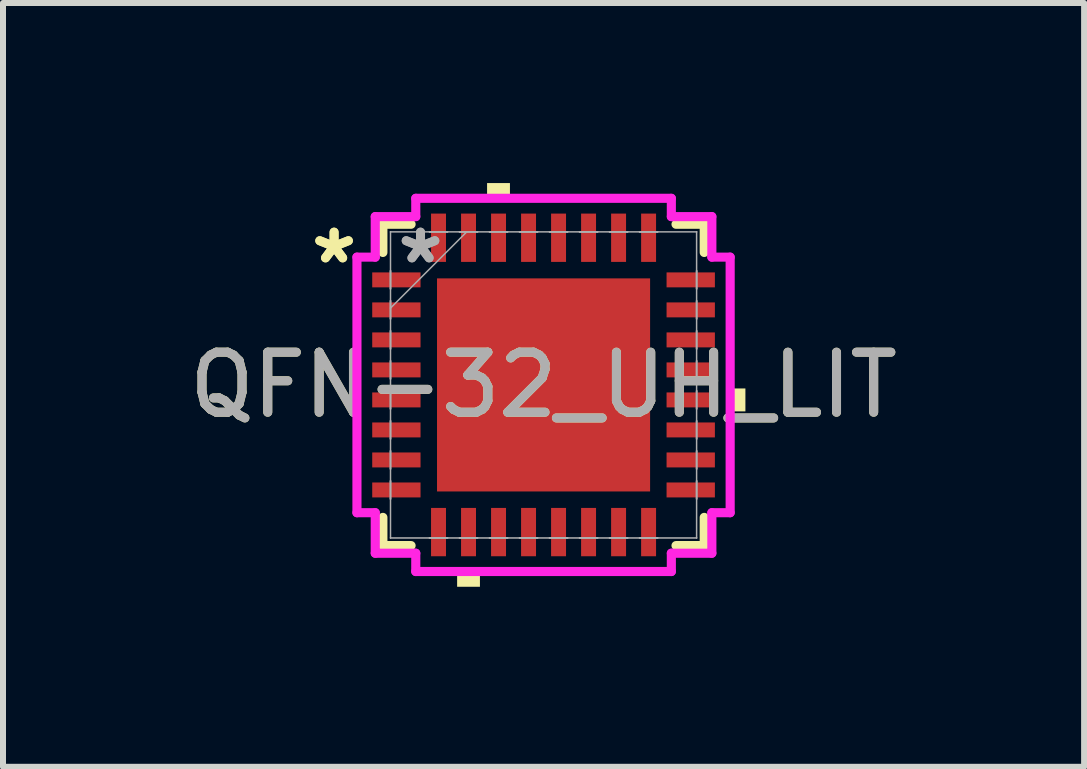
<source format=kicad_pcb>
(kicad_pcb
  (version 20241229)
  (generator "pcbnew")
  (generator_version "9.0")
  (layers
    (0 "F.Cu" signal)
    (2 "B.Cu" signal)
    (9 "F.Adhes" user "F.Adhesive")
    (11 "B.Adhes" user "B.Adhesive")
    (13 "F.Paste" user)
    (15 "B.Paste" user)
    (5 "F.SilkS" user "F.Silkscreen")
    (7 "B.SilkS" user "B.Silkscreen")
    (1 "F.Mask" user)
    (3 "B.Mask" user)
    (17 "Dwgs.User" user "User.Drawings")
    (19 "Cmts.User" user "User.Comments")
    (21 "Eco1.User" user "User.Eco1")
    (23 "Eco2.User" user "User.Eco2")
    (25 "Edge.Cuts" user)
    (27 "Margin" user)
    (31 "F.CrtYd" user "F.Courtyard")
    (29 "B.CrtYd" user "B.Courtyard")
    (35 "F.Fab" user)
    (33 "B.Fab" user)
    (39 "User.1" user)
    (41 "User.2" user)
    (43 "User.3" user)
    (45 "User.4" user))
  (footprint "QFN-32_UH_LIT"
    (layer "F.Cu")
    (at 6.006 3.363)
    (property "Reference" "QFN-32_UH_LIT" (at 0 0 0) (unlocked yes) (layer "F.SilkS") (effects (font (size 1 1) (thickness 0.15))))
    (attr smd)
    (fp_line (start -2.677 -2.677) (end -2.677 -2.207) (stroke (width 0.152) (type solid)) (layer "F.SilkS"))
    (fp_line (start -2.677 2.207) (end -2.677 2.677) (stroke (width 0.152) (type solid)) (layer "F.SilkS"))
    (fp_line (start -2.677 2.677) (end -2.207 2.677) (stroke (width 0.152) (type solid)) (layer "F.SilkS"))
    (fp_line (start -2.207 -2.677) (end -2.677 -2.677) (stroke (width 0.152) (type solid)) (layer "F.SilkS"))
    (fp_line (start 2.207 2.677) (end 2.677 2.677) (stroke (width 0.152) (type solid)) (layer "F.SilkS"))
    (fp_line (start 2.677 -2.677) (end 2.207 -2.677) (stroke (width 0.152) (type solid)) (layer "F.SilkS"))
    (fp_line (start 2.677 -2.207) (end 2.677 -2.677) (stroke (width 0.152) (type solid)) (layer "F.SilkS"))
    (fp_line (start 2.677 2.677) (end 2.677 2.207) (stroke (width 0.152) (type solid)) (layer "F.SilkS"))
    (fp_poly (pts (xy -1.44 3.109) (xy -1.44 3.363) (xy -1.06 3.363) (xy -1.06 3.109)) (stroke (width 0) (type solid)) (fill yes) (layer "F.SilkS"))
    (fp_poly (pts (xy -0.941 -3.109) (xy -0.941 -3.363) (xy -0.56 -3.363) (xy -0.56 -3.109)) (stroke (width 0) (type solid)) (fill yes) (layer "F.SilkS"))
    (fp_poly (pts (xy 3.363 0.059) (xy 3.363 0.441) (xy 3.109 0.441) (xy 3.109 0.059)) (stroke (width 0) (type solid)) (fill yes) (layer "F.SilkS"))
    (fp_poly (pts (xy -1.675 -1.675) (xy -1.675 -0.1) (xy -0.1 -0.1) (xy -0.1 -1.675)) (stroke (width 0) (type solid)) (fill yes) (layer "F.Paste"))
    (fp_poly (pts (xy -1.675 0.1) (xy -1.675 1.675) (xy -0.1 1.675) (xy -0.1 0.1)) (stroke (width 0) (type solid)) (fill yes) (layer "F.Paste"))
    (fp_poly (pts (xy 0.1 -1.675) (xy 0.1 -0.1) (xy 1.675 -0.1) (xy 1.675 -1.675)) (stroke (width 0) (type solid)) (fill yes) (layer "F.Paste"))
    (fp_poly (pts (xy 0.1 0.1) (xy 0.1 1.675) (xy 1.675 1.675) (xy 1.675 0.1)) (stroke (width 0) (type solid)) (fill yes) (layer "F.Paste"))
    (fp_line (start -3.109 -2.129) (end -2.804 -2.129) (stroke (width 0.152) (type solid)) (layer "F.CrtYd"))
    (fp_line (start -3.109 2.129) (end -3.109 -2.129) (stroke (width 0.152) (type solid)) (layer "F.CrtYd"))
    (fp_line (start -2.804 -2.804) (end -2.129 -2.804) (stroke (width 0.152) (type solid)) (layer "F.CrtYd"))
    (fp_line (start -2.804 -2.129) (end -2.804 -2.804) (stroke (width 0.152) (type solid)) (layer "F.CrtYd"))
    (fp_line (start -2.804 2.129) (end -3.109 2.129) (stroke (width 0.152) (type solid)) (layer "F.CrtYd"))
    (fp_line (start -2.804 2.804) (end -2.804 2.129) (stroke (width 0.152) (type solid)) (layer "F.CrtYd"))
    (fp_line (start -2.129 -3.109) (end 2.129 -3.109) (stroke (width 0.152) (type solid)) (layer "F.CrtYd"))
    (fp_line (start -2.129 -2.804) (end -2.129 -3.109) (stroke (width 0.152) (type solid)) (layer "F.CrtYd"))
    (fp_line (start -2.129 2.804) (end -2.804 2.804) (stroke (width 0.152) (type solid)) (layer "F.CrtYd"))
    (fp_line (start -2.129 3.109) (end -2.129 2.804) (stroke (width 0.152) (type solid)) (layer "F.CrtYd"))
    (fp_line (start 2.129 -3.109) (end 2.129 -2.804) (stroke (width 0.152) (type solid)) (layer "F.CrtYd"))
    (fp_line (start 2.129 -2.804) (end 2.804 -2.804) (stroke (width 0.152) (type solid)) (layer "F.CrtYd"))
    (fp_line (start 2.129 2.804) (end 2.129 3.109) (stroke (width 0.152) (type solid)) (layer "F.CrtYd"))
    (fp_line (start 2.129 3.109) (end -2.129 3.109) (stroke (width 0.152) (type solid)) (layer "F.CrtYd"))
    (fp_line (start 2.804 -2.804) (end 2.804 -2.129) (stroke (width 0.152) (type solid)) (layer "F.CrtYd"))
    (fp_line (start 2.804 -2.129) (end 3.109 -2.129) (stroke (width 0.152) (type solid)) (layer "F.CrtYd"))
    (fp_line (start 2.804 2.129) (end 2.804 2.804) (stroke (width 0.152) (type solid)) (layer "F.CrtYd"))
    (fp_line (start 2.804 2.804) (end 2.129 2.804) (stroke (width 0.152) (type solid)) (layer "F.CrtYd"))
    (fp_line (start 3.109 -2.129) (end 3.109 2.129) (stroke (width 0.152) (type solid)) (layer "F.CrtYd"))
    (fp_line (start 3.109 2.129) (end 2.804 2.129) (stroke (width 0.152) (type solid)) (layer "F.CrtYd"))
    (fp_line (start -2.55 -2.55) (end -2.55 -2.55) (stroke (width 0.025) (type solid)) (layer "F.Fab"))
    (fp_line (start -2.55 -2.55) (end -2.55 2.55) (stroke (width 0.025) (type solid)) (layer "F.Fab"))
    (fp_line (start -2.55 -1.9) (end -2.55 -1.9) (stroke (width 0.025) (type solid)) (layer "F.Fab"))
    (fp_line (start -2.55 -1.9) (end -2.55 -1.6) (stroke (width 0.025) (type solid)) (layer "F.Fab"))
    (fp_line (start -2.55 -1.6) (end -2.55 -1.9) (stroke (width 0.025) (type solid)) (layer "F.Fab"))
    (fp_line (start -2.55 -1.6) (end -2.55 -1.6) (stroke (width 0.025) (type solid)) (layer "F.Fab"))
    (fp_line (start -2.55 -1.4) (end -2.55 -1.4) (stroke (width 0.025) (type solid)) (layer "F.Fab"))
    (fp_line (start -2.55 -1.4) (end -2.55 -1.1) (stroke (width 0.025) (type solid)) (layer "F.Fab"))
    (fp_line (start -2.55 -1.28) (end -1.28 -2.55) (stroke (width 0.025) (type solid)) (layer "F.Fab"))
    (fp_line (start -2.55 -1.1) (end -2.55 -1.4) (stroke (width 0.025) (type solid)) (layer "F.Fab"))
    (fp_line (start -2.55 -1.1) (end -2.55 -1.1) (stroke (width 0.025) (type solid)) (layer "F.Fab"))
    (fp_line (start -2.55 -0.9) (end -2.55 -0.9) (stroke (width 0.025) (type solid)) (layer "F.Fab"))
    (fp_line (start -2.55 -0.9) (end -2.55 -0.6) (stroke (width 0.025) (type solid)) (layer "F.Fab"))
    (fp_line (start -2.55 -0.6) (end -2.55 -0.9) (stroke (width 0.025) (type solid)) (layer "F.Fab"))
    (fp_line (start -2.55 -0.6) (end -2.55 -0.6) (stroke (width 0.025) (type solid)) (layer "F.Fab"))
    (fp_line (start -2.55 -0.4) (end -2.55 -0.4) (stroke (width 0.025) (type solid)) (layer "F.Fab"))
    (fp_line (start -2.55 -0.4) (end -2.55 -0.1) (stroke (width 0.025) (type solid)) (layer "F.Fab"))
    (fp_line (start -2.55 -0.1) (end -2.55 -0.4) (stroke (width 0.025) (type solid)) (layer "F.Fab"))
    (fp_line (start -2.55 -0.1) (end -2.55 -0.1) (stroke (width 0.025) (type solid)) (layer "F.Fab"))
    (fp_line (start -2.55 0.1) (end -2.55 0.1) (stroke (width 0.025) (type solid)) (layer "F.Fab"))
    (fp_line (start -2.55 0.1) (end -2.55 0.4) (stroke (width 0.025) (type solid)) (layer "F.Fab"))
    (fp_line (start -2.55 0.4) (end -2.55 0.1) (stroke (width 0.025) (type solid)) (layer "F.Fab"))
    (fp_line (start -2.55 0.4) (end -2.55 0.4) (stroke (width 0.025) (type solid)) (layer "F.Fab"))
    (fp_line (start -2.55 0.6) (end -2.55 0.6) (stroke (width 0.025) (type solid)) (layer "F.Fab"))
    (fp_line (start -2.55 0.6) (end -2.55 0.9) (stroke (width 0.025) (type solid)) (layer "F.Fab"))
    (fp_line (start -2.55 0.9) (end -2.55 0.6) (stroke (width 0.025) (type solid)) (layer "F.Fab"))
    (fp_line (start -2.55 0.9) (end -2.55 0.9) (stroke (width 0.025) (type solid)) (layer "F.Fab"))
    (fp_line (start -2.55 1.1) (end -2.55 1.1) (stroke (width 0.025) (type solid)) (layer "F.Fab"))
    (fp_line (start -2.55 1.1) (end -2.55 1.4) (stroke (width 0.025) (type solid)) (layer "F.Fab"))
    (fp_line (start -2.55 1.4) (end -2.55 1.1) (stroke (width 0.025) (type solid)) (layer "F.Fab"))
    (fp_line (start -2.55 1.4) (end -2.55 1.4) (stroke (width 0.025) (type solid)) (layer "F.Fab"))
    (fp_line (start -2.55 1.6) (end -2.55 1.6) (stroke (width 0.025) (type solid)) (layer "F.Fab"))
    (fp_line (start -2.55 1.6) (end -2.55 1.9) (stroke (width 0.025) (type solid)) (layer "F.Fab"))
    (fp_line (start -2.55 1.9) (end -2.55 1.6) (stroke (width 0.025) (type solid)) (layer "F.Fab"))
    (fp_line (start -2.55 1.9) (end -2.55 1.9) (stroke (width 0.025) (type solid)) (layer "F.Fab"))
    (fp_line (start -2.55 2.55) (end -2.55 2.55) (stroke (width 0.025) (type solid)) (layer "F.Fab"))
    (fp_line (start -2.55 2.55) (end 2.55 2.55) (stroke (width 0.025) (type solid)) (layer "F.Fab"))
    (fp_line (start -1.9 -2.55) (end -1.9 -2.55) (stroke (width 0.025) (type solid)) (layer "F.Fab"))
    (fp_line (start -1.9 -2.55) (end -1.6 -2.55) (stroke (width 0.025) (type solid)) (layer "F.Fab"))
    (fp_line (start -1.9 2.55) (end -1.9 2.55) (stroke (width 0.025) (type solid)) (layer "F.Fab"))
    (fp_line (start -1.9 2.55) (end -1.6 2.55) (stroke (width 0.025) (type solid)) (layer "F.Fab"))
    (fp_line (start -1.6 -2.55) (end -1.9 -2.55) (stroke (width 0.025) (type solid)) (layer "F.Fab"))
    (fp_line (start -1.6 -2.55) (end -1.6 -2.55) (stroke (width 0.025) (type solid)) (layer "F.Fab"))
    (fp_line (start -1.6 2.55) (end -1.9 2.55) (stroke (width 0.025) (type solid)) (layer "F.Fab"))
    (fp_line (start -1.6 2.55) (end -1.6 2.55) (stroke (width 0.025) (type solid)) (layer "F.Fab"))
    (fp_line (start -1.4 -2.55) (end -1.4 -2.55) (stroke (width 0.025) (type solid)) (layer "F.Fab"))
    (fp_line (start -1.4 -2.55) (end -1.1 -2.55) (stroke (width 0.025) (type solid)) (layer "F.Fab"))
    (fp_line (start -1.4 2.55) (end -1.4 2.55) (stroke (width 0.025) (type solid)) (layer "F.Fab"))
    (fp_line (start -1.4 2.55) (end -1.1 2.55) (stroke (width 0.025) (type solid)) (layer "F.Fab"))
    (fp_line (start -1.1 -2.55) (end -1.4 -2.55) (stroke (width 0.025) (type solid)) (layer "F.Fab"))
    (fp_line (start -1.1 -2.55) (end -1.1 -2.55) (stroke (width 0.025) (type solid)) (layer "F.Fab"))
    (fp_line (start -1.1 2.55) (end -1.4 2.55) (stroke (width 0.025) (type solid)) (layer "F.Fab"))
    (fp_line (start -1.1 2.55) (end -1.1 2.55) (stroke (width 0.025) (type solid)) (layer "F.Fab"))
    (fp_line (start -0.9 -2.55) (end -0.9 -2.55) (stroke (width 0.025) (type solid)) (layer "F.Fab"))
    (fp_line (start -0.9 -2.55) (end -0.6 -2.55) (stroke (width 0.025) (type solid)) (layer "F.Fab"))
    (fp_line (start -0.9 2.55) (end -0.9 2.55) (stroke (width 0.025) (type solid)) (layer "F.Fab"))
    (fp_line (start -0.9 2.55) (end -0.6 2.55) (stroke (width 0.025) (type solid)) (layer "F.Fab"))
    (fp_line (start -0.6 -2.55) (end -0.9 -2.55) (stroke (width 0.025) (type solid)) (layer "F.Fab"))
    (fp_line (start -0.6 -2.55) (end -0.6 -2.55) (stroke (width 0.025) (type solid)) (layer "F.Fab"))
    (fp_line (start -0.6 2.55) (end -0.9 2.55) (stroke (width 0.025) (type solid)) (layer "F.Fab"))
    (fp_line (start -0.6 2.55) (end -0.6 2.55) (stroke (width 0.025) (type solid)) (layer "F.Fab"))
    (fp_line (start -0.4 -2.55) (end -0.4 -2.55) (stroke (width 0.025) (type solid)) (layer "F.Fab"))
    (fp_line (start -0.4 -2.55) (end -0.1 -2.55) (stroke (width 0.025) (type solid)) (layer "F.Fab"))
    (fp_line (start -0.4 2.55) (end -0.4 2.55) (stroke (width 0.025) (type solid)) (layer "F.Fab"))
    (fp_line (start -0.4 2.55) (end -0.1 2.55) (stroke (width 0.025) (type solid)) (layer "F.Fab"))
    (fp_line (start -0.1 -2.55) (end -0.4 -2.55) (stroke (width 0.025) (type solid)) (layer "F.Fab"))
    (fp_line (start -0.1 -2.55) (end -0.1 -2.55) (stroke (width 0.025) (type solid)) (layer "F.Fab"))
    (fp_line (start -0.1 2.55) (end -0.4 2.55) (stroke (width 0.025) (type solid)) (layer "F.Fab"))
    (fp_line (start -0.1 2.55) (end -0.1 2.55) (stroke (width 0.025) (type solid)) (layer "F.Fab"))
    (fp_line (start 0.1 -2.55) (end 0.1 -2.55) (stroke (width 0.025) (type solid)) (layer "F.Fab"))
    (fp_line (start 0.1 -2.55) (end 0.4 -2.55) (stroke (width 0.025) (type solid)) (layer "F.Fab"))
    (fp_line (start 0.1 2.55) (end 0.1 2.55) (stroke (width 0.025) (type solid)) (layer "F.Fab"))
    (fp_line (start 0.1 2.55) (end 0.4 2.55) (stroke (width 0.025) (type solid)) (layer "F.Fab"))
    (fp_line (start 0.4 -2.55) (end 0.1 -2.55) (stroke (width 0.025) (type solid)) (layer "F.Fab"))
    (fp_line (start 0.4 -2.55) (end 0.4 -2.55) (stroke (width 0.025) (type solid)) (layer "F.Fab"))
    (fp_line (start 0.4 2.55) (end 0.1 2.55) (stroke (width 0.025) (type solid)) (layer "F.Fab"))
    (fp_line (start 0.4 2.55) (end 0.4 2.55) (stroke (width 0.025) (type solid)) (layer "F.Fab"))
    (fp_line (start 0.6 -2.55) (end 0.6 -2.55) (stroke (width 0.025) (type solid)) (layer "F.Fab"))
    (fp_line (start 0.6 -2.55) (end 0.9 -2.55) (stroke (width 0.025) (type solid)) (layer "F.Fab"))
    (fp_line (start 0.6 2.55) (end 0.6 2.55) (stroke (width 0.025) (type solid)) (layer "F.Fab"))
    (fp_line (start 0.6 2.55) (end 0.9 2.55) (stroke (width 0.025) (type solid)) (layer "F.Fab"))
    (fp_line (start 0.9 -2.55) (end 0.6 -2.55) (stroke (width 0.025) (type solid)) (layer "F.Fab"))
    (fp_line (start 0.9 -2.55) (end 0.9 -2.55) (stroke (width 0.025) (type solid)) (layer "F.Fab"))
    (fp_line (start 0.9 2.55) (end 0.6 2.55) (stroke (width 0.025) (type solid)) (layer "F.Fab"))
    (fp_line (start 0.9 2.55) (end 0.9 2.55) (stroke (width 0.025) (type solid)) (layer "F.Fab"))
    (fp_line (start 1.1 -2.55) (end 1.1 -2.55) (stroke (width 0.025) (type solid)) (layer "F.Fab"))
    (fp_line (start 1.1 -2.55) (end 1.4 -2.55) (stroke (width 0.025) (type solid)) (layer "F.Fab"))
    (fp_line (start 1.1 2.55) (end 1.1 2.55) (stroke (width 0.025) (type solid)) (layer "F.Fab"))
    (fp_line (start 1.1 2.55) (end 1.4 2.55) (stroke (width 0.025) (type solid)) (layer "F.Fab"))
    (fp_line (start 1.4 -2.55) (end 1.1 -2.55) (stroke (width 0.025) (type solid)) (layer "F.Fab"))
    (fp_line (start 1.4 -2.55) (end 1.4 -2.55) (stroke (width 0.025) (type solid)) (layer "F.Fab"))
    (fp_line (start 1.4 2.55) (end 1.1 2.55) (stroke (width 0.025) (type solid)) (layer "F.Fab"))
    (fp_line (start 1.4 2.55) (end 1.4 2.55) (stroke (width 0.025) (type solid)) (layer "F.Fab"))
    (fp_line (start 1.6 -2.55) (end 1.6 -2.55) (stroke (width 0.025) (type solid)) (layer "F.Fab"))
    (fp_line (start 1.6 -2.55) (end 1.9 -2.55) (stroke (width 0.025) (type solid)) (layer "F.Fab"))
    (fp_line (start 1.6 2.55) (end 1.6 2.55) (stroke (width 0.025) (type solid)) (layer "F.Fab"))
    (fp_line (start 1.6 2.55) (end 1.9 2.55) (stroke (width 0.025) (type solid)) (layer "F.Fab"))
    (fp_line (start 1.9 -2.55) (end 1.6 -2.55) (stroke (width 0.025) (type solid)) (layer "F.Fab"))
    (fp_line (start 1.9 -2.55) (end 1.9 -2.55) (stroke (width 0.025) (type solid)) (layer "F.Fab"))
    (fp_line (start 1.9 2.55) (end 1.6 2.55) (stroke (width 0.025) (type solid)) (layer "F.Fab"))
    (fp_line (start 1.9 2.55) (end 1.9 2.55) (stroke (width 0.025) (type solid)) (layer "F.Fab"))
    (fp_line (start 2.55 -2.55) (end -2.55 -2.55) (stroke (width 0.025) (type solid)) (layer "F.Fab"))
    (fp_line (start 2.55 -2.55) (end 2.55 -2.55) (stroke (width 0.025) (type solid)) (layer "F.Fab"))
    (fp_line (start 2.55 -1.9) (end 2.55 -1.9) (stroke (width 0.025) (type solid)) (layer "F.Fab"))
    (fp_line (start 2.55 -1.9) (end 2.55 -1.6) (stroke (width 0.025) (type solid)) (layer "F.Fab"))
    (fp_line (start 2.55 -1.6) (end 2.55 -1.9) (stroke (width 0.025) (type solid)) (layer "F.Fab"))
    (fp_line (start 2.55 -1.6) (end 2.55 -1.6) (stroke (width 0.025) (type solid)) (layer "F.Fab"))
    (fp_line (start 2.55 -1.4) (end 2.55 -1.4) (stroke (width 0.025) (type solid)) (layer "F.Fab"))
    (fp_line (start 2.55 -1.4) (end 2.55 -1.1) (stroke (width 0.025) (type solid)) (layer "F.Fab"))
    (fp_line (start 2.55 -1.1) (end 2.55 -1.4) (stroke (width 0.025) (type solid)) (layer "F.Fab"))
    (fp_line (start 2.55 -1.1) (end 2.55 -1.1) (stroke (width 0.025) (type solid)) (layer "F.Fab"))
    (fp_line (start 2.55 -0.9) (end 2.55 -0.9) (stroke (width 0.025) (type solid)) (layer "F.Fab"))
    (fp_line (start 2.55 -0.9) (end 2.55 -0.6) (stroke (width 0.025) (type solid)) (layer "F.Fab"))
    (fp_line (start 2.55 -0.6) (end 2.55 -0.9) (stroke (width 0.025) (type solid)) (layer "F.Fab"))
    (fp_line (start 2.55 -0.6) (end 2.55 -0.6) (stroke (width 0.025) (type solid)) (layer "F.Fab"))
    (fp_line (start 2.55 -0.4) (end 2.55 -0.4) (stroke (width 0.025) (type solid)) (layer "F.Fab"))
    (fp_line (start 2.55 -0.4) (end 2.55 -0.1) (stroke (width 0.025) (type solid)) (layer "F.Fab"))
    (fp_line (start 2.55 -0.1) (end 2.55 -0.4) (stroke (width 0.025) (type solid)) (layer "F.Fab"))
    (fp_line (start 2.55 -0.1) (end 2.55 -0.1) (stroke (width 0.025) (type solid)) (layer "F.Fab"))
    (fp_line (start 2.55 0.1) (end 2.55 0.1) (stroke (width 0.025) (type solid)) (layer "F.Fab"))
    (fp_line (start 2.55 0.1) (end 2.55 0.4) (stroke (width 0.025) (type solid)) (layer "F.Fab"))
    (fp_line (start 2.55 0.4) (end 2.55 0.1) (stroke (width 0.025) (type solid)) (layer "F.Fab"))
    (fp_line (start 2.55 0.4) (end 2.55 0.4) (stroke (width 0.025) (type solid)) (layer "F.Fab"))
    (fp_line (start 2.55 0.6) (end 2.55 0.6) (stroke (width 0.025) (type solid)) (layer "F.Fab"))
    (fp_line (start 2.55 0.6) (end 2.55 0.9) (stroke (width 0.025) (type solid)) (layer "F.Fab"))
    (fp_line (start 2.55 0.9) (end 2.55 0.6) (stroke (width 0.025) (type solid)) (layer "F.Fab"))
    (fp_line (start 2.55 0.9) (end 2.55 0.9) (stroke (width 0.025) (type solid)) (layer "F.Fab"))
    (fp_line (start 2.55 1.1) (end 2.55 1.1) (stroke (width 0.025) (type solid)) (layer "F.Fab"))
    (fp_line (start 2.55 1.1) (end 2.55 1.4) (stroke (width 0.025) (type solid)) (layer "F.Fab"))
    (fp_line (start 2.55 1.4) (end 2.55 1.1) (stroke (width 0.025) (type solid)) (layer "F.Fab"))
    (fp_line (start 2.55 1.4) (end 2.55 1.4) (stroke (width 0.025) (type solid)) (layer "F.Fab"))
    (fp_line (start 2.55 1.6) (end 2.55 1.6) (stroke (width 0.025) (type solid)) (layer "F.Fab"))
    (fp_line (start 2.55 1.6) (end 2.55 1.9) (stroke (width 0.025) (type solid)) (layer "F.Fab"))
    (fp_line (start 2.55 1.9) (end 2.55 1.6) (stroke (width 0.025) (type solid)) (layer "F.Fab"))
    (fp_line (start 2.55 1.9) (end 2.55 1.9) (stroke (width 0.025) (type solid)) (layer "F.Fab"))
    (fp_line (start 2.55 2.55) (end 2.55 -2.55) (stroke (width 0.025) (type solid)) (layer "F.Fab"))
    (fp_line (start 2.55 2.55) (end 2.55 2.55) (stroke (width 0.025) (type solid)) (layer "F.Fab"))
    (fp_text user "*" (at -3.49 -2 0) (unlocked yes) (layer "F.SilkS") (effects (font (size 1 1) (thickness 0.15))))
    (fp_text user "*" (at -3.49 -2 0) (layer "F.SilkS") (effects (font (size 1 1) (thickness 0.15))))
    (fp_text user "${REFERENCE}" (at 0 0 0) (unlocked yes) (layer "F.Fab") (effects (font (size 1 1) (thickness 0.15))))
    (fp_text user "*" (at -2.05 -2 0) (unlocked yes) (layer "F.Fab") (effects (font (size 1 1) (thickness 0.15))))
    (fp_text user "*" (at -2.05 -2 0) (layer "F.Fab") (effects (font (size 1 1) (thickness 0.15))))
    (pad "1" smd rect (at -2.452 -1.75 90) (size 0.249 0.805) (layers "F.Cu" "F.Mask" "F.Paste"))
    (pad "2" smd rect (at -2.452 -1.25 90) (size 0.249 0.805) (layers "F.Cu" "F.Mask" "F.Paste"))
    (pad "3" smd rect (at -2.452 -0.75 90) (size 0.249 0.805) (layers "F.Cu" "F.Mask" "F.Paste"))
    (pad "4" smd rect (at -2.452 -0.25 90) (size 0.249 0.805) (layers "F.Cu" "F.Mask" "F.Paste"))
    (pad "5" smd rect (at -2.452 0.25 90) (size 0.249 0.805) (layers "F.Cu" "F.Mask" "F.Paste"))
    (pad "6" smd rect (at -2.452 0.75 90) (size 0.249 0.805) (layers "F.Cu" "F.Mask" "F.Paste"))
    (pad "7" smd rect (at -2.452 1.25 90) (size 0.249 0.805) (layers "F.Cu" "F.Mask" "F.Paste"))
    (pad "8" smd rect (at -2.452 1.75 90) (size 0.249 0.805) (layers "F.Cu" "F.Mask" "F.Paste"))
    (pad "9" smd rect (at -1.75 2.452) (size 0.249 0.805) (layers "F.Cu" "F.Mask" "F.Paste"))
    (pad "10" smd rect (at -1.25 2.452) (size 0.249 0.805) (layers "F.Cu" "F.Mask" "F.Paste"))
    (pad "11" smd rect (at -0.75 2.452) (size 0.249 0.805) (layers "F.Cu" "F.Mask" "F.Paste"))
    (pad "12" smd rect (at -0.25 2.452) (size 0.249 0.805) (layers "F.Cu" "F.Mask" "F.Paste"))
    (pad "13" smd rect (at 0.25 2.452) (size 0.249 0.805) (layers "F.Cu" "F.Mask" "F.Paste"))
    (pad "14" smd rect (at 0.75 2.452) (size 0.249 0.805) (layers "F.Cu" "F.Mask" "F.Paste"))
    (pad "15" smd rect (at 1.25 2.452) (size 0.249 0.805) (layers "F.Cu" "F.Mask" "F.Paste"))
    (pad "16" smd rect (at 1.75 2.452) (size 0.249 0.805) (layers "F.Cu" "F.Mask" "F.Paste"))
    (pad "17" smd rect (at 2.452 1.75 90) (size 0.249 0.805) (layers "F.Cu" "F.Mask" "F.Paste"))
    (pad "18" smd rect (at 2.452 1.25 90) (size 0.249 0.805) (layers "F.Cu" "F.Mask" "F.Paste"))
    (pad "19" smd rect (at 2.452 0.75 90) (size 0.249 0.805) (layers "F.Cu" "F.Mask" "F.Paste"))
    (pad "20" smd rect (at 2.452 0.25 90) (size 0.249 0.805) (layers "F.Cu" "F.Mask" "F.Paste"))
    (pad "21" smd rect (at 2.452 -0.25 90) (size 0.249 0.805) (layers "F.Cu" "F.Mask" "F.Paste"))
    (pad "22" smd rect (at 2.452 -0.75 90) (size 0.249 0.805) (layers "F.Cu" "F.Mask" "F.Paste"))
    (pad "23" smd rect (at 2.452 -1.25 90) (size 0.249 0.805) (layers "F.Cu" "F.Mask" "F.Paste"))
    (pad "24" smd rect (at 2.452 -1.75 90) (size 0.249 0.805) (layers "F.Cu" "F.Mask" "F.Paste"))
    (pad "25" smd rect (at 1.75 -2.452) (size 0.249 0.805) (layers "F.Cu" "F.Mask" "F.Paste"))
    (pad "26" smd rect (at 1.25 -2.452) (size 0.249 0.805) (layers "F.Cu" "F.Mask" "F.Paste"))
    (pad "27" smd rect (at 0.75 -2.452) (size 0.249 0.805) (layers "F.Cu" "F.Mask" "F.Paste"))
    (pad "28" smd rect (at 0.25 -2.452) (size 0.249 0.805) (layers "F.Cu" "F.Mask" "F.Paste"))
    (pad "29" smd rect (at -0.25 -2.452) (size 0.249 0.805) (layers "F.Cu" "F.Mask" "F.Paste"))
    (pad "30" smd rect (at -0.75 -2.452) (size 0.249 0.805) (layers "F.Cu" "F.Mask" "F.Paste"))
    (pad "31" smd rect (at -1.25 -2.452) (size 0.249 0.805) (layers "F.Cu" "F.Mask" "F.Paste"))
    (pad "32" smd rect (at -1.75 -2.452) (size 0.249 0.805) (layers "F.Cu" "F.Mask" "F.Paste"))
    (pad "33" smd rect (at 0 0) (size 3.55 3.55) (layers "F.Cu" "F.Mask" "F.Paste")))
  (gr_rect
    (start -3 -3)
    (end 15.012 9.726)
    (stroke (width 0.1) (type default))
    (fill no)
    (layer "Edge.Cuts")))
</source>
